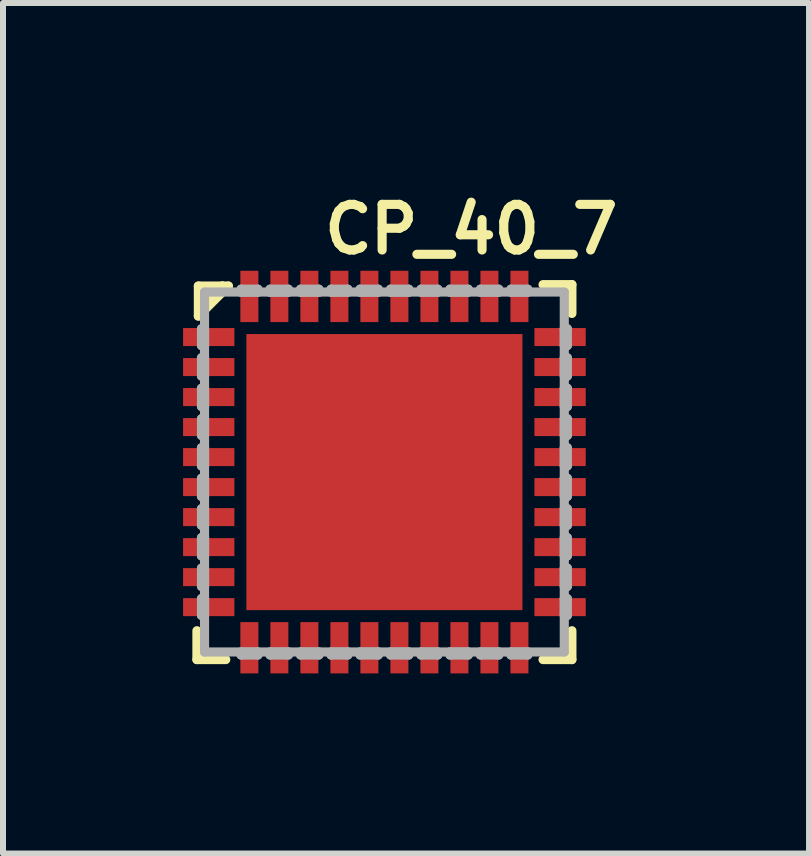
<source format=kicad_pcb>
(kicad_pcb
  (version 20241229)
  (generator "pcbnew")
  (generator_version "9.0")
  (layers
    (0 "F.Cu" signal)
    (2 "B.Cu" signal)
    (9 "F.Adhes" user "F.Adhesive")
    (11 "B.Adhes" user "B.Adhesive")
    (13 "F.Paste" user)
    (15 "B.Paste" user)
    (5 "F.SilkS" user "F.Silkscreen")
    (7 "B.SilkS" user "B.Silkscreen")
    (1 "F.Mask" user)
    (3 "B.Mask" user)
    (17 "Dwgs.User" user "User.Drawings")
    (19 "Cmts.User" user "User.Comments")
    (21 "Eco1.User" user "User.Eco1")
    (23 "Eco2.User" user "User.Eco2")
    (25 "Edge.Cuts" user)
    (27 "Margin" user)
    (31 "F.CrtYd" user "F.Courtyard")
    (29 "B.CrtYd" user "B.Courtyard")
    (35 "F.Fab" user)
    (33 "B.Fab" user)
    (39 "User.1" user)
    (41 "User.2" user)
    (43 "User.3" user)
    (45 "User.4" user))
  (footprint "CP_40_7"
    (layer "F.Cu")
    (at 3.355 4.816)
    (property "Reference" "CP_40_7" (at -1.079 -3.6 180) (layer "F.SilkS") (effects (font (size 0.76 0.76) (thickness 0.152)) (justify left bottom)))
    (attr through_hole)
    (fp_line (start -3.124 2.643) (end -3.124 3.124) (stroke (width 0.152) (type solid)) (layer "F.SilkS"))
    (fp_line (start -3.124 3.124) (end -2.643 3.124) (stroke (width 0.152) (type solid)) (layer "F.SilkS"))
    (fp_line (start -3.1 -3.1) (end -3.1 -2.6) (stroke (width 0.152) (type solid)) (layer "F.SilkS"))
    (fp_line (start -3.1 -2.6) (end -2.6 -3.1) (stroke (width 0.152) (type solid)) (layer "F.SilkS"))
    (fp_line (start -3 -3) (end -2.9 -3) (stroke (width 0.152) (type solid)) (layer "F.SilkS"))
    (fp_line (start -3 -2.8) (end -3 -3) (stroke (width 0.152) (type solid)) (layer "F.SilkS"))
    (fp_line (start -2.7 -3.1) (end -3.1 -3.1) (stroke (width 0.152) (type solid)) (layer "F.SilkS"))
    (fp_line (start -2.7 -3.1) (end -3 -2.8) (stroke (width 0.152) (type solid)) (layer "F.SilkS"))
    (fp_line (start -2.6 -3.1) (end -2.7 -3.1) (stroke (width 0.152) (type solid)) (layer "F.SilkS"))
    (fp_line (start 2.643 3.124) (end 3.124 3.124) (stroke (width 0.152) (type solid)) (layer "F.SilkS"))
    (fp_line (start 3.124 -3.124) (end 2.643 -3.124) (stroke (width 0.152) (type solid)) (layer "F.SilkS"))
    (fp_line (start 3.124 -2.643) (end 3.124 -3.124) (stroke (width 0.152) (type solid)) (layer "F.SilkS"))
    (fp_line (start 3.124 3.124) (end 3.124 2.643) (stroke (width 0.152) (type solid)) (layer "F.SilkS"))
    (fp_poly (pts (xy -2.2 -2.2) (xy -2.2 -0.867) (xy -0.867 -0.867) (xy -0.867 -2.2)) (stroke (width 0) (type solid)) (fill yes) (layer "F.Paste"))
    (fp_poly (pts (xy -2.2 -0.667) (xy -2.2 0.667) (xy -0.867 0.667) (xy -0.867 -0.667)) (stroke (width 0) (type solid)) (fill yes) (layer "F.Paste"))
    (fp_poly (pts (xy -2.2 0.867) (xy -2.2 2.2) (xy -0.867 2.2) (xy -0.867 0.867)) (stroke (width 0) (type solid)) (fill yes) (layer "F.Paste"))
    (fp_poly (pts (xy -0.667 -2.2) (xy -0.667 -0.867) (xy 0.667 -0.867) (xy 0.667 -2.2)) (stroke (width 0) (type solid)) (fill yes) (layer "F.Paste"))
    (fp_poly (pts (xy -0.667 -0.667) (xy -0.667 0.667) (xy 0.667 0.667) (xy 0.667 -0.667)) (stroke (width 0) (type solid)) (fill yes) (layer "F.Paste"))
    (fp_poly (pts (xy -0.667 0.867) (xy -0.667 2.2) (xy 0.667 2.2) (xy 0.667 0.867)) (stroke (width 0) (type solid)) (fill yes) (layer "F.Paste"))
    (fp_poly (pts (xy 0.867 -2.2) (xy 0.867 -0.867) (xy 2.2 -0.867) (xy 2.2 -2.2)) (stroke (width 0) (type solid)) (fill yes) (layer "F.Paste"))
    (fp_poly (pts (xy 0.867 -0.667) (xy 0.867 0.667) (xy 2.2 0.667) (xy 2.2 -0.667)) (stroke (width 0) (type solid)) (fill yes) (layer "F.Paste"))
    (fp_poly (pts (xy 0.867 0.867) (xy 0.867 2.2) (xy 2.2 2.2) (xy 2.2 0.867)) (stroke (width 0) (type solid)) (fill yes) (layer "F.Paste"))
    (fp_line (start -3.048 -2.388) (end -3.048 -2.108) (stroke (width 0.152) (type solid)) (layer "F.Fab"))
    (fp_line (start -3.048 -2.108) (end -2.997 -2.108) (stroke (width 0.152) (type solid)) (layer "F.Fab"))
    (fp_line (start -3.048 -1.905) (end -3.048 -1.6) (stroke (width 0.152) (type solid)) (layer "F.Fab"))
    (fp_line (start -3.048 -1.6) (end -2.997 -1.6) (stroke (width 0.152) (type solid)) (layer "F.Fab"))
    (fp_line (start -3.048 -1.397) (end -3.048 -1.092) (stroke (width 0.152) (type solid)) (layer "F.Fab"))
    (fp_line (start -3.048 -1.092) (end -2.997 -1.092) (stroke (width 0.152) (type solid)) (layer "F.Fab"))
    (fp_line (start -3.048 -0.889) (end -3.048 -0.61) (stroke (width 0.152) (type solid)) (layer "F.Fab"))
    (fp_line (start -3.048 -0.61) (end -2.997 -0.61) (stroke (width 0.152) (type solid)) (layer "F.Fab"))
    (fp_line (start -3.048 -0.406) (end -3.048 -0.102) (stroke (width 0.152) (type solid)) (layer "F.Fab"))
    (fp_line (start -3.048 -0.102) (end -2.997 -0.102) (stroke (width 0.152) (type solid)) (layer "F.Fab"))
    (fp_line (start -3.048 0.102) (end -3.048 0.406) (stroke (width 0.152) (type solid)) (layer "F.Fab"))
    (fp_line (start -3.048 0.406) (end -2.997 0.406) (stroke (width 0.152) (type solid)) (layer "F.Fab"))
    (fp_line (start -3.048 0.61) (end -3.048 0.889) (stroke (width 0.152) (type solid)) (layer "F.Fab"))
    (fp_line (start -3.048 0.889) (end -2.997 0.889) (stroke (width 0.152) (type solid)) (layer "F.Fab"))
    (fp_line (start -3.048 1.092) (end -3.048 1.397) (stroke (width 0.152) (type solid)) (layer "F.Fab"))
    (fp_line (start -3.048 1.397) (end -2.997 1.397) (stroke (width 0.152) (type solid)) (layer "F.Fab"))
    (fp_line (start -3.048 1.6) (end -3.048 1.905) (stroke (width 0.152) (type solid)) (layer "F.Fab"))
    (fp_line (start -3.048 1.905) (end -2.997 1.905) (stroke (width 0.152) (type solid)) (layer "F.Fab"))
    (fp_line (start -3.048 2.108) (end -3.048 2.388) (stroke (width 0.152) (type solid)) (layer "F.Fab"))
    (fp_line (start -3.048 2.388) (end -2.997 2.388) (stroke (width 0.152) (type solid)) (layer "F.Fab"))
    (fp_line (start -2.997 -3) (end 2.997 -3) (stroke (width 0.152) (type solid)) (layer "F.Fab"))
    (fp_line (start -2.997 -2.997) (end -2.997 2.997) (stroke (width 0.152) (type solid)) (layer "F.Fab"))
    (fp_line (start -2.997 -2.388) (end -3.048 -2.388) (stroke (width 0.152) (type solid)) (layer "F.Fab"))
    (fp_line (start -2.997 -2.108) (end -2.997 -2.388) (stroke (width 0.152) (type solid)) (layer "F.Fab"))
    (fp_line (start -2.997 -1.905) (end -3.048 -1.905) (stroke (width 0.152) (type solid)) (layer "F.Fab"))
    (fp_line (start -2.997 -1.6) (end -2.997 -1.905) (stroke (width 0.152) (type solid)) (layer "F.Fab"))
    (fp_line (start -2.997 -1.397) (end -3.048 -1.397) (stroke (width 0.152) (type solid)) (layer "F.Fab"))
    (fp_line (start -2.997 -1.092) (end -2.997 -1.397) (stroke (width 0.152) (type solid)) (layer "F.Fab"))
    (fp_line (start -2.997 -0.889) (end -3.048 -0.889) (stroke (width 0.152) (type solid)) (layer "F.Fab"))
    (fp_line (start -2.997 -0.61) (end -2.997 -0.889) (stroke (width 0.152) (type solid)) (layer "F.Fab"))
    (fp_line (start -2.997 -0.406) (end -3.048 -0.406) (stroke (width 0.152) (type solid)) (layer "F.Fab"))
    (fp_line (start -2.997 -0.102) (end -2.997 -0.406) (stroke (width 0.152) (type solid)) (layer "F.Fab"))
    (fp_line (start -2.997 0.102) (end -3.048 0.102) (stroke (width 0.152) (type solid)) (layer "F.Fab"))
    (fp_line (start -2.997 0.406) (end -2.997 0.102) (stroke (width 0.152) (type solid)) (layer "F.Fab"))
    (fp_line (start -2.997 0.61) (end -3.048 0.61) (stroke (width 0.152) (type solid)) (layer "F.Fab"))
    (fp_line (start -2.997 0.889) (end -2.997 0.61) (stroke (width 0.152) (type solid)) (layer "F.Fab"))
    (fp_line (start -2.997 1.092) (end -3.048 1.092) (stroke (width 0.152) (type solid)) (layer "F.Fab"))
    (fp_line (start -2.997 1.397) (end -2.997 1.092) (stroke (width 0.152) (type solid)) (layer "F.Fab"))
    (fp_line (start -2.997 1.6) (end -3.048 1.6) (stroke (width 0.152) (type solid)) (layer "F.Fab"))
    (fp_line (start -2.997 1.905) (end -2.997 1.6) (stroke (width 0.152) (type solid)) (layer "F.Fab"))
    (fp_line (start -2.997 2.108) (end -3.048 2.108) (stroke (width 0.152) (type solid)) (layer "F.Fab"))
    (fp_line (start -2.997 2.388) (end -2.997 2.108) (stroke (width 0.152) (type solid)) (layer "F.Fab"))
    (fp_line (start -2.997 2.997) (end 2.997 2.997) (stroke (width 0.152) (type solid)) (layer "F.Fab"))
    (fp_line (start -2.388 -3.048) (end -2.388 -2.997) (stroke (width 0.152) (type solid)) (layer "F.Fab"))
    (fp_line (start -2.388 -2.997) (end -2.108 -2.997) (stroke (width 0.152) (type solid)) (layer "F.Fab"))
    (fp_line (start -2.388 2.997) (end -2.388 3.048) (stroke (width 0.152) (type solid)) (layer "F.Fab"))
    (fp_line (start -2.388 3.048) (end -2.108 3.048) (stroke (width 0.152) (type solid)) (layer "F.Fab"))
    (fp_line (start -2.108 -3.048) (end -2.388 -3.048) (stroke (width 0.152) (type solid)) (layer "F.Fab"))
    (fp_line (start -2.108 -2.997) (end -2.108 -3.048) (stroke (width 0.152) (type solid)) (layer "F.Fab"))
    (fp_line (start -2.108 2.997) (end -2.388 2.997) (stroke (width 0.152) (type solid)) (layer "F.Fab"))
    (fp_line (start -2.108 3.048) (end -2.108 2.997) (stroke (width 0.152) (type solid)) (layer "F.Fab"))
    (fp_line (start -1.905 -3.048) (end -1.905 -2.997) (stroke (width 0.152) (type solid)) (layer "F.Fab"))
    (fp_line (start -1.905 -2.997) (end -1.6 -2.997) (stroke (width 0.152) (type solid)) (layer "F.Fab"))
    (fp_line (start -1.905 2.997) (end -1.905 3.048) (stroke (width 0.152) (type solid)) (layer "F.Fab"))
    (fp_line (start -1.905 3.048) (end -1.6 3.048) (stroke (width 0.152) (type solid)) (layer "F.Fab"))
    (fp_line (start -1.6 -3.048) (end -1.905 -3.048) (stroke (width 0.152) (type solid)) (layer "F.Fab"))
    (fp_line (start -1.6 -2.997) (end -1.6 -3.048) (stroke (width 0.152) (type solid)) (layer "F.Fab"))
    (fp_line (start -1.6 2.997) (end -1.905 2.997) (stroke (width 0.152) (type solid)) (layer "F.Fab"))
    (fp_line (start -1.6 3.048) (end -1.6 2.997) (stroke (width 0.152) (type solid)) (layer "F.Fab"))
    (fp_line (start -1.397 -3.048) (end -1.397 -2.997) (stroke (width 0.152) (type solid)) (layer "F.Fab"))
    (fp_line (start -1.397 -2.997) (end -1.092 -2.997) (stroke (width 0.152) (type solid)) (layer "F.Fab"))
    (fp_line (start -1.397 2.997) (end -1.397 3.048) (stroke (width 0.152) (type solid)) (layer "F.Fab"))
    (fp_line (start -1.397 3.048) (end -1.092 3.048) (stroke (width 0.152) (type solid)) (layer "F.Fab"))
    (fp_line (start -1.092 -3.048) (end -1.397 -3.048) (stroke (width 0.152) (type solid)) (layer "F.Fab"))
    (fp_line (start -1.092 -2.997) (end -1.092 -3.048) (stroke (width 0.152) (type solid)) (layer "F.Fab"))
    (fp_line (start -1.092 2.997) (end -1.397 2.997) (stroke (width 0.152) (type solid)) (layer "F.Fab"))
    (fp_line (start -1.092 3.048) (end -1.092 2.997) (stroke (width 0.152) (type solid)) (layer "F.Fab"))
    (fp_line (start -0.889 -3.048) (end -0.889 -2.997) (stroke (width 0.152) (type solid)) (layer "F.Fab"))
    (fp_line (start -0.889 -2.997) (end -0.61 -2.997) (stroke (width 0.152) (type solid)) (layer "F.Fab"))
    (fp_line (start -0.889 2.997) (end -0.889 3.048) (stroke (width 0.152) (type solid)) (layer "F.Fab"))
    (fp_line (start -0.889 3.048) (end -0.61 3.048) (stroke (width 0.152) (type solid)) (layer "F.Fab"))
    (fp_line (start -0.61 -3.048) (end -0.889 -3.048) (stroke (width 0.152) (type solid)) (layer "F.Fab"))
    (fp_line (start -0.61 -2.997) (end -0.61 -3.048) (stroke (width 0.152) (type solid)) (layer "F.Fab"))
    (fp_line (start -0.61 2.997) (end -0.889 2.997) (stroke (width 0.152) (type solid)) (layer "F.Fab"))
    (fp_line (start -0.61 3.048) (end -0.61 2.997) (stroke (width 0.152) (type solid)) (layer "F.Fab"))
    (fp_line (start -0.406 -3.048) (end -0.406 -2.997) (stroke (width 0.152) (type solid)) (layer "F.Fab"))
    (fp_line (start -0.406 -2.997) (end -0.102 -2.997) (stroke (width 0.152) (type solid)) (layer "F.Fab"))
    (fp_line (start -0.406 2.997) (end -0.406 3.048) (stroke (width 0.152) (type solid)) (layer "F.Fab"))
    (fp_line (start -0.406 3.048) (end -0.102 3.048) (stroke (width 0.152) (type solid)) (layer "F.Fab"))
    (fp_line (start -0.102 -3.048) (end -0.406 -3.048) (stroke (width 0.152) (type solid)) (layer "F.Fab"))
    (fp_line (start -0.102 -2.997) (end -0.102 -3.048) (stroke (width 0.152) (type solid)) (layer "F.Fab"))
    (fp_line (start -0.102 2.997) (end -0.406 2.997) (stroke (width 0.152) (type solid)) (layer "F.Fab"))
    (fp_line (start -0.102 3.048) (end -0.102 2.997) (stroke (width 0.152) (type solid)) (layer "F.Fab"))
    (fp_line (start 0.102 -3.048) (end 0.102 -2.997) (stroke (width 0.152) (type solid)) (layer "F.Fab"))
    (fp_line (start 0.102 -2.997) (end 0.406 -2.997) (stroke (width 0.152) (type solid)) (layer "F.Fab"))
    (fp_line (start 0.102 2.997) (end 0.102 3.048) (stroke (width 0.152) (type solid)) (layer "F.Fab"))
    (fp_line (start 0.102 3.048) (end 0.406 3.048) (stroke (width 0.152) (type solid)) (layer "F.Fab"))
    (fp_line (start 0.406 -3.048) (end 0.102 -3.048) (stroke (width 0.152) (type solid)) (layer "F.Fab"))
    (fp_line (start 0.406 -2.997) (end 0.406 -3.048) (stroke (width 0.152) (type solid)) (layer "F.Fab"))
    (fp_line (start 0.406 2.997) (end 0.102 2.997) (stroke (width 0.152) (type solid)) (layer "F.Fab"))
    (fp_line (start 0.406 3.048) (end 0.406 2.997) (stroke (width 0.152) (type solid)) (layer "F.Fab"))
    (fp_line (start 0.61 -3.048) (end 0.61 -2.997) (stroke (width 0.152) (type solid)) (layer "F.Fab"))
    (fp_line (start 0.61 -2.997) (end 0.889 -2.997) (stroke (width 0.152) (type solid)) (layer "F.Fab"))
    (fp_line (start 0.61 2.997) (end 0.61 3.048) (stroke (width 0.152) (type solid)) (layer "F.Fab"))
    (fp_line (start 0.61 3.048) (end 0.889 3.048) (stroke (width 0.152) (type solid)) (layer "F.Fab"))
    (fp_line (start 0.889 -3.048) (end 0.61 -3.048) (stroke (width 0.152) (type solid)) (layer "F.Fab"))
    (fp_line (start 0.889 -2.997) (end 0.889 -3.048) (stroke (width 0.152) (type solid)) (layer "F.Fab"))
    (fp_line (start 0.889 2.997) (end 0.61 2.997) (stroke (width 0.152) (type solid)) (layer "F.Fab"))
    (fp_line (start 0.889 3.048) (end 0.889 2.997) (stroke (width 0.152) (type solid)) (layer "F.Fab"))
    (fp_line (start 1.092 -3.048) (end 1.092 -2.997) (stroke (width 0.152) (type solid)) (layer "F.Fab"))
    (fp_line (start 1.092 -2.997) (end 1.397 -2.997) (stroke (width 0.152) (type solid)) (layer "F.Fab"))
    (fp_line (start 1.092 2.997) (end 1.092 3.048) (stroke (width 0.152) (type solid)) (layer "F.Fab"))
    (fp_line (start 1.092 3.048) (end 1.397 3.048) (stroke (width 0.152) (type solid)) (layer "F.Fab"))
    (fp_line (start 1.397 -3.048) (end 1.092 -3.048) (stroke (width 0.152) (type solid)) (layer "F.Fab"))
    (fp_line (start 1.397 -2.997) (end 1.397 -3.048) (stroke (width 0.152) (type solid)) (layer "F.Fab"))
    (fp_line (start 1.397 2.997) (end 1.092 2.997) (stroke (width 0.152) (type solid)) (layer "F.Fab"))
    (fp_line (start 1.397 3.048) (end 1.397 2.997) (stroke (width 0.152) (type solid)) (layer "F.Fab"))
    (fp_line (start 1.6 -3.048) (end 1.6 -2.997) (stroke (width 0.152) (type solid)) (layer "F.Fab"))
    (fp_line (start 1.6 -2.997) (end 1.905 -2.997) (stroke (width 0.152) (type solid)) (layer "F.Fab"))
    (fp_line (start 1.6 2.997) (end 1.6 3.048) (stroke (width 0.152) (type solid)) (layer "F.Fab"))
    (fp_line (start 1.6 3.048) (end 1.905 3.048) (stroke (width 0.152) (type solid)) (layer "F.Fab"))
    (fp_line (start 1.905 -3.048) (end 1.6 -3.048) (stroke (width 0.152) (type solid)) (layer "F.Fab"))
    (fp_line (start 1.905 -2.997) (end 1.905 -3.048) (stroke (width 0.152) (type solid)) (layer "F.Fab"))
    (fp_line (start 1.905 2.997) (end 1.6 2.997) (stroke (width 0.152) (type solid)) (layer "F.Fab"))
    (fp_line (start 1.905 3.048) (end 1.905 2.997) (stroke (width 0.152) (type solid)) (layer "F.Fab"))
    (fp_line (start 2.108 -3.048) (end 2.108 -2.997) (stroke (width 0.152) (type solid)) (layer "F.Fab"))
    (fp_line (start 2.108 -2.997) (end 2.388 -2.997) (stroke (width 0.152) (type solid)) (layer "F.Fab"))
    (fp_line (start 2.108 2.997) (end 2.108 3.048) (stroke (width 0.152) (type solid)) (layer "F.Fab"))
    (fp_line (start 2.108 3.048) (end 2.388 3.048) (stroke (width 0.152) (type solid)) (layer "F.Fab"))
    (fp_line (start 2.388 -3.048) (end 2.108 -3.048) (stroke (width 0.152) (type solid)) (layer "F.Fab"))
    (fp_line (start 2.388 -2.997) (end 2.388 -3.048) (stroke (width 0.152) (type solid)) (layer "F.Fab"))
    (fp_line (start 2.388 2.997) (end 2.108 2.997) (stroke (width 0.152) (type solid)) (layer "F.Fab"))
    (fp_line (start 2.388 3.048) (end 2.388 2.997) (stroke (width 0.152) (type solid)) (layer "F.Fab"))
    (fp_line (start 2.997 -2.388) (end 2.997 -2.108) (stroke (width 0.152) (type solid)) (layer "F.Fab"))
    (fp_line (start 2.997 -2.108) (end 3.048 -2.108) (stroke (width 0.152) (type solid)) (layer "F.Fab"))
    (fp_line (start 2.997 -1.905) (end 2.997 -1.6) (stroke (width 0.152) (type solid)) (layer "F.Fab"))
    (fp_line (start 2.997 -1.6) (end 3.048 -1.6) (stroke (width 0.152) (type solid)) (layer "F.Fab"))
    (fp_line (start 2.997 -1.397) (end 2.997 -1.092) (stroke (width 0.152) (type solid)) (layer "F.Fab"))
    (fp_line (start 2.997 -1.092) (end 3.048 -1.092) (stroke (width 0.152) (type solid)) (layer "F.Fab"))
    (fp_line (start 2.997 -0.889) (end 2.997 -0.61) (stroke (width 0.152) (type solid)) (layer "F.Fab"))
    (fp_line (start 2.997 -0.61) (end 3.048 -0.61) (stroke (width 0.152) (type solid)) (layer "F.Fab"))
    (fp_line (start 2.997 -0.406) (end 2.997 -0.102) (stroke (width 0.152) (type solid)) (layer "F.Fab"))
    (fp_line (start 2.997 -0.102) (end 3.048 -0.102) (stroke (width 0.152) (type solid)) (layer "F.Fab"))
    (fp_line (start 2.997 0.102) (end 2.997 0.406) (stroke (width 0.152) (type solid)) (layer "F.Fab"))
    (fp_line (start 2.997 0.406) (end 3.048 0.406) (stroke (width 0.152) (type solid)) (layer "F.Fab"))
    (fp_line (start 2.997 0.61) (end 2.997 0.889) (stroke (width 0.152) (type solid)) (layer "F.Fab"))
    (fp_line (start 2.997 0.889) (end 3.048 0.889) (stroke (width 0.152) (type solid)) (layer "F.Fab"))
    (fp_line (start 2.997 1.092) (end 2.997 1.397) (stroke (width 0.152) (type solid)) (layer "F.Fab"))
    (fp_line (start 2.997 1.397) (end 3.048 1.397) (stroke (width 0.152) (type solid)) (layer "F.Fab"))
    (fp_line (start 2.997 1.6) (end 2.997 1.905) (stroke (width 0.152) (type solid)) (layer "F.Fab"))
    (fp_line (start 2.997 1.905) (end 3.048 1.905) (stroke (width 0.152) (type solid)) (layer "F.Fab"))
    (fp_line (start 2.997 2.108) (end 2.997 2.388) (stroke (width 0.152) (type solid)) (layer "F.Fab"))
    (fp_line (start 2.997 2.388) (end 3.048 2.388) (stroke (width 0.152) (type solid)) (layer "F.Fab"))
    (fp_line (start 2.997 2.997) (end 2.997 -2.997) (stroke (width 0.152) (type solid)) (layer "F.Fab"))
    (fp_line (start 3.048 -2.388) (end 2.997 -2.388) (stroke (width 0.152) (type solid)) (layer "F.Fab"))
    (fp_line (start 3.048 -2.108) (end 3.048 -2.388) (stroke (width 0.152) (type solid)) (layer "F.Fab"))
    (fp_line (start 3.048 -1.905) (end 2.997 -1.905) (stroke (width 0.152) (type solid)) (layer "F.Fab"))
    (fp_line (start 3.048 -1.6) (end 3.048 -1.905) (stroke (width 0.152) (type solid)) (layer "F.Fab"))
    (fp_line (start 3.048 -1.397) (end 2.997 -1.397) (stroke (width 0.152) (type solid)) (layer "F.Fab"))
    (fp_line (start 3.048 -1.092) (end 3.048 -1.397) (stroke (width 0.152) (type solid)) (layer "F.Fab"))
    (fp_line (start 3.048 -0.889) (end 2.997 -0.889) (stroke (width 0.152) (type solid)) (layer "F.Fab"))
    (fp_line (start 3.048 -0.61) (end 3.048 -0.889) (stroke (width 0.152) (type solid)) (layer "F.Fab"))
    (fp_line (start 3.048 -0.406) (end 2.997 -0.406) (stroke (width 0.152) (type solid)) (layer "F.Fab"))
    (fp_line (start 3.048 -0.102) (end 3.048 -0.406) (stroke (width 0.152) (type solid)) (layer "F.Fab"))
    (fp_line (start 3.048 0.102) (end 2.997 0.102) (stroke (width 0.152) (type solid)) (layer "F.Fab"))
    (fp_line (start 3.048 0.406) (end 3.048 0.102) (stroke (width 0.152) (type solid)) (layer "F.Fab"))
    (fp_line (start 3.048 0.61) (end 2.997 0.61) (stroke (width 0.152) (type solid)) (layer "F.Fab"))
    (fp_line (start 3.048 0.889) (end 3.048 0.61) (stroke (width 0.152) (type solid)) (layer "F.Fab"))
    (fp_line (start 3.048 1.092) (end 2.997 1.092) (stroke (width 0.152) (type solid)) (layer "F.Fab"))
    (fp_line (start 3.048 1.397) (end 3.048 1.092) (stroke (width 0.152) (type solid)) (layer "F.Fab"))
    (fp_line (start 3.048 1.6) (end 2.997 1.6) (stroke (width 0.152) (type solid)) (layer "F.Fab"))
    (fp_line (start 3.048 1.905) (end 3.048 1.6) (stroke (width 0.152) (type solid)) (layer "F.Fab"))
    (fp_line (start 3.048 2.108) (end 2.997 2.108) (stroke (width 0.152) (type solid)) (layer "F.Fab"))
    (fp_line (start 3.048 2.388) (end 3.048 2.108) (stroke (width 0.152) (type solid)) (layer "F.Fab"))
    (pad "1" smd rect (at -2.927 -2.25 270) (size 0.3 0.855) (layers "F.Cu" "F.Mask" "F.Paste"))
    (pad "2" smd rect (at -2.927 -1.75 270) (size 0.3 0.855) (layers "F.Cu" "F.Mask" "F.Paste"))
    (pad "3" smd rect (at -2.927 -1.25 270) (size 0.3 0.855) (layers "F.Cu" "F.Mask" "F.Paste"))
    (pad "4" smd rect (at -2.927 -0.75 270) (size 0.3 0.855) (layers "F.Cu" "F.Mask" "F.Paste"))
    (pad "5" smd rect (at -2.927 -0.25 270) (size 0.3 0.855) (layers "F.Cu" "F.Mask" "F.Paste"))
    (pad "6" smd rect (at -2.927 0.25 270) (size 0.3 0.855) (layers "F.Cu" "F.Mask" "F.Paste"))
    (pad "7" smd rect (at -2.927 0.75 270) (size 0.3 0.855) (layers "F.Cu" "F.Mask" "F.Paste"))
    (pad "8" smd rect (at -2.927 1.25 270) (size 0.3 0.855) (layers "F.Cu" "F.Mask" "F.Paste"))
    (pad "9" smd rect (at -2.927 1.75 270) (size 0.3 0.855) (layers "F.Cu" "F.Mask" "F.Paste"))
    (pad "10" smd rect (at -2.927 2.25 270) (size 0.3 0.855) (layers "F.Cu" "F.Mask" "F.Paste"))
    (pad "11" smd rect (at -2.25 2.927 180) (size 0.3 0.855) (layers "F.Cu" "F.Mask" "F.Paste"))
    (pad "12" smd rect (at -1.75 2.927 180) (size 0.3 0.855) (layers "F.Cu" "F.Mask" "F.Paste"))
    (pad "13" smd rect (at -1.25 2.927 180) (size 0.3 0.855) (layers "F.Cu" "F.Mask" "F.Paste"))
    (pad "14" smd rect (at -0.75 2.927 180) (size 0.3 0.855) (layers "F.Cu" "F.Mask" "F.Paste"))
    (pad "15" smd rect (at -0.25 2.927 180) (size 0.3 0.855) (layers "F.Cu" "F.Mask" "F.Paste"))
    (pad "16" smd rect (at 0.25 2.927 180) (size 0.3 0.855) (layers "F.Cu" "F.Mask" "F.Paste"))
    (pad "17" smd rect (at 0.75 2.927 180) (size 0.3 0.855) (layers "F.Cu" "F.Mask" "F.Paste"))
    (pad "18" smd rect (at 1.25 2.927 180) (size 0.3 0.855) (layers "F.Cu" "F.Mask" "F.Paste"))
    (pad "19" smd rect (at 1.75 2.927 180) (size 0.3 0.855) (layers "F.Cu" "F.Mask" "F.Paste"))
    (pad "20" smd rect (at 2.25 2.927 180) (size 0.3 0.855) (layers "F.Cu" "F.Mask" "F.Paste"))
    (pad "21" smd rect (at 2.927 2.25 270) (size 0.3 0.855) (layers "F.Cu" "F.Mask" "F.Paste"))
    (pad "22" smd rect (at 2.927 1.75 270) (size 0.3 0.855) (layers "F.Cu" "F.Mask" "F.Paste"))
    (pad "23" smd rect (at 2.927 1.25 270) (size 0.3 0.855) (layers "F.Cu" "F.Mask" "F.Paste"))
    (pad "24" smd rect (at 2.927 0.75 270) (size 0.3 0.855) (layers "F.Cu" "F.Mask" "F.Paste"))
    (pad "25" smd rect (at 2.927 0.25 270) (size 0.3 0.855) (layers "F.Cu" "F.Mask" "F.Paste"))
    (pad "26" smd rect (at 2.927 -0.25 270) (size 0.3 0.855) (layers "F.Cu" "F.Mask" "F.Paste"))
    (pad "27" smd rect (at 2.927 -0.75 270) (size 0.3 0.855) (layers "F.Cu" "F.Mask" "F.Paste"))
    (pad "28" smd rect (at 2.927 -1.25 270) (size 0.3 0.855) (layers "F.Cu" "F.Mask" "F.Paste"))
    (pad "29" smd rect (at 2.927 -1.75 270) (size 0.3 0.855) (layers "F.Cu" "F.Mask" "F.Paste"))
    (pad "30" smd rect (at 2.927 -2.25 270) (size 0.3 0.855) (layers "F.Cu" "F.Mask" "F.Paste"))
    (pad "31" smd rect (at 2.25 -2.927 180) (size 0.3 0.855) (layers "F.Cu" "F.Mask" "F.Paste"))
    (pad "32" smd rect (at 1.75 -2.927 180) (size 0.3 0.855) (layers "F.Cu" "F.Mask" "F.Paste"))
    (pad "33" smd rect (at 1.25 -2.927 180) (size 0.3 0.855) (layers "F.Cu" "F.Mask" "F.Paste"))
    (pad "34" smd rect (at 0.75 -2.927 180) (size 0.3 0.855) (layers "F.Cu" "F.Mask" "F.Paste"))
    (pad "35" smd rect (at 0.25 -2.927 180) (size 0.3 0.855) (layers "F.Cu" "F.Mask" "F.Paste"))
    (pad "36" smd rect (at -0.25 -2.927 180) (size 0.3 0.855) (layers "F.Cu" "F.Mask" "F.Paste"))
    (pad "37" smd rect (at -0.75 -2.927 180) (size 0.3 0.855) (layers "F.Cu" "F.Mask" "F.Paste"))
    (pad "38" smd rect (at -1.25 -2.927 180) (size 0.3 0.855) (layers "F.Cu" "F.Mask" "F.Paste"))
    (pad "39" smd rect (at -1.75 -2.927 180) (size 0.3 0.855) (layers "F.Cu" "F.Mask" "F.Paste"))
    (pad "40" smd rect (at -2.25 -2.927 180) (size 0.3 0.855) (layers "F.Cu" "F.Mask" "F.Paste"))
    (pad "PAD" smd rect (at 0 0) (size 4.6 4.6) (layers "F.Cu" "F.Mask")))
  (gr_rect
    (start -3 -3)
    (end 10.43 11.171)
    (stroke (width 0.1) (type default))
    (fill no)
    (layer "Edge.Cuts")))
</source>
